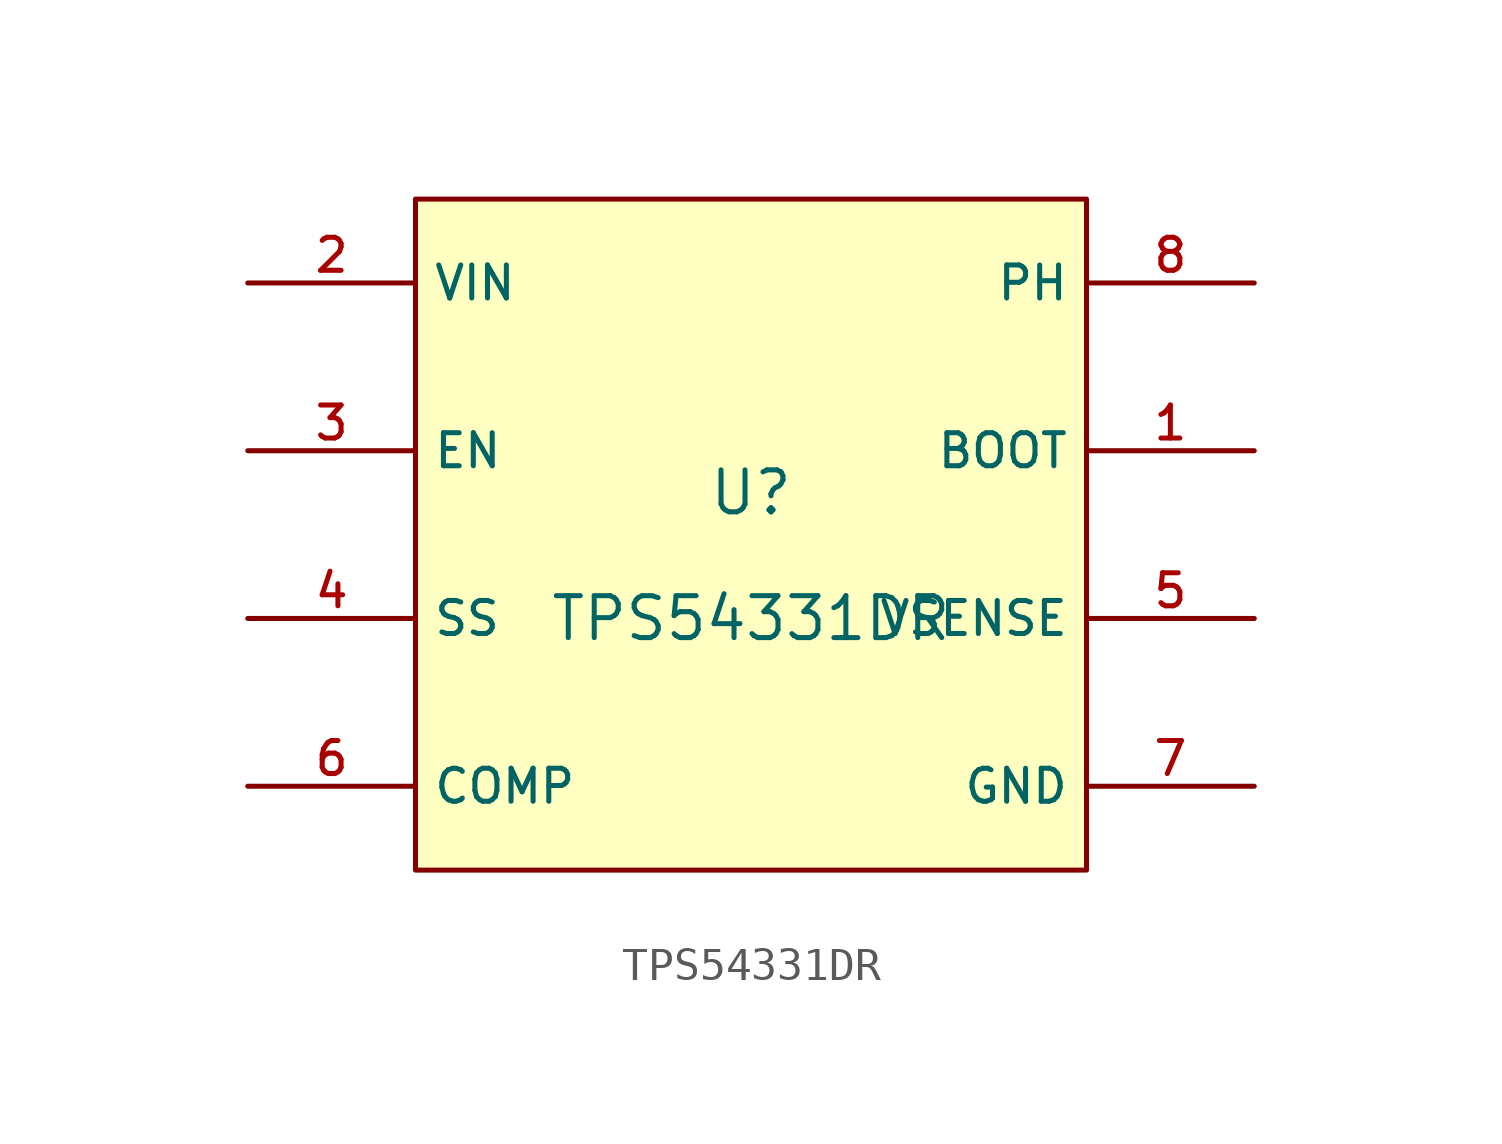
<source format=kicad_sym>
(kicad_symbol_lib
  (version 20220914)
  (generator kicad_symbol_editor)
  (symbol "TPS54331DR"
    (property "Reference" "U"
      (at 0 1.27 0)
      (effects (font (size 1.27 1.27))))
    (property "Value" "TPS54331DR"
      (at 0 -2.54 0)
      (effects (font (size 1.27 1.27))))
    (symbol "TPS54331DR_0_1"
      (rectangle (start -10.16 10.16) (end 10.16 -10.16) (stroke (width 0) (type default)) (fill (type background)))
      (pin unspecified line (at 15.24 2.54 180) (length 5.08) (name "BOOT" (effects (font (size 1 1)))) (number "1" (effects (font (size 1 1)))))
      (pin power_in line (at -15.24 7.62 0) (length 5.08) (name "VIN" (effects (font (size 1 1)))) (number "2" (effects (font (size 1 1)))))
      (pin unspecified line (at -15.24 2.54 0) (length 5.08) (name "EN" (effects (font (size 1 1)))) (number "3" (effects (font (size 1 1)))))
      (pin unspecified line (at -15.24 -2.54 0) (length 5.08) (name "SS" (effects (font (size 1 1)))) (number "4" (effects (font (size 1 1)))))
      (pin unspecified line (at 15.24 -2.54 180) (length 5.08) (name "VSENSE" (effects (font (size 1 1)))) (number "5" (effects (font (size 1 1)))))
      (pin unspecified line (at -15.24 -7.62 0) (length 5.08) (name "COMP" (effects (font (size 1 1)))) (number "6" (effects (font (size 1 1)))))
      (pin power_in line (at 15.24 -7.62 180) (length 5.08) (name "GND" (effects (font (size 1 1)))) (number "7" (effects (font (size 1 1)))))
      (pin power_in line (at 15.24 7.62 180) (length 5.08) (name "PH" (effects (font (size 1 1)))) (number "8" (effects (font (size 1 1))))))))
</source>
